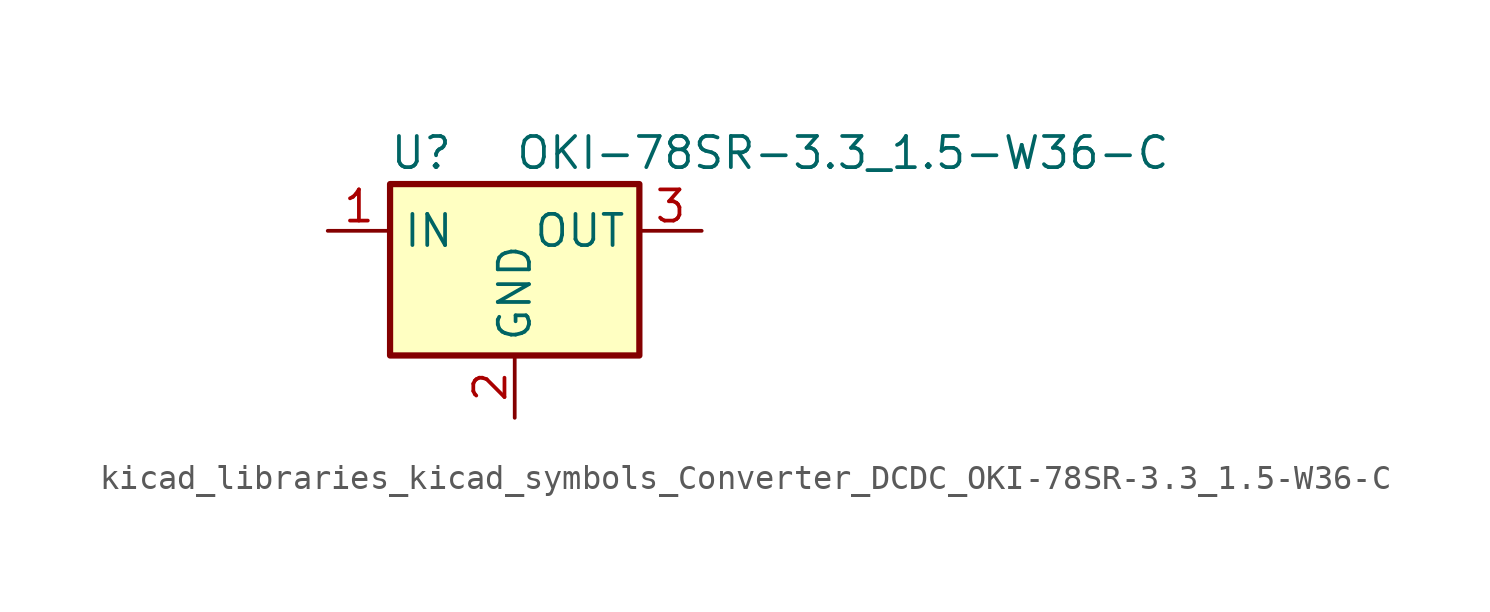
<source format=kicad_sym>
(kicad_symbol_lib
  (version 20220914)
  (generator kicad_symbol_editor)
  (symbol "kicad_libraries_kicad_symbols_Converter_DCDC_OKI-78SR-3.3_1.5-W36-C"
    (property "Reference" "U"
      (at -3.81 3.175 0)
      (effects (font (size 1.27 1.27))))
    (property "Value" "OKI-78SR-3.3_1.5-W36-C"
      (at 0 3.175 0)
      (effects (font (size 1.27 1.27)) (justify left)))
    (symbol "kicad_libraries_kicad_symbols_Converter_DCDC_OKI-78SR-3.3_1.5-W36-C_0_1"
      (rectangle (start -5.08 1.905) (end 5.08 -5.08) (stroke (width 0.254) (type default)) (fill (type background))))
    (symbol "kicad_libraries_kicad_symbols_Converter_DCDC_OKI-78SR-3.3_1.5-W36-C_1_1"
      (pin power_in line (at -7.62 0 0) (length 2.54) (name "IN" (effects (font (size 1.27 1.27)))) (number "1" (effects (font (size 1.27 1.27)))))
      (pin power_in line (at 0 -7.62 90) (length 2.54) (name "GND" (effects (font (size 1.27 1.27)))) (number "2" (effects (font (size 1.27 1.27)))))
      (pin power_out line (at 7.62 0 180) (length 2.54) (name "OUT" (effects (font (size 1.27 1.27)))) (number "3" (effects (font (size 1.27 1.27))))))))
</source>
